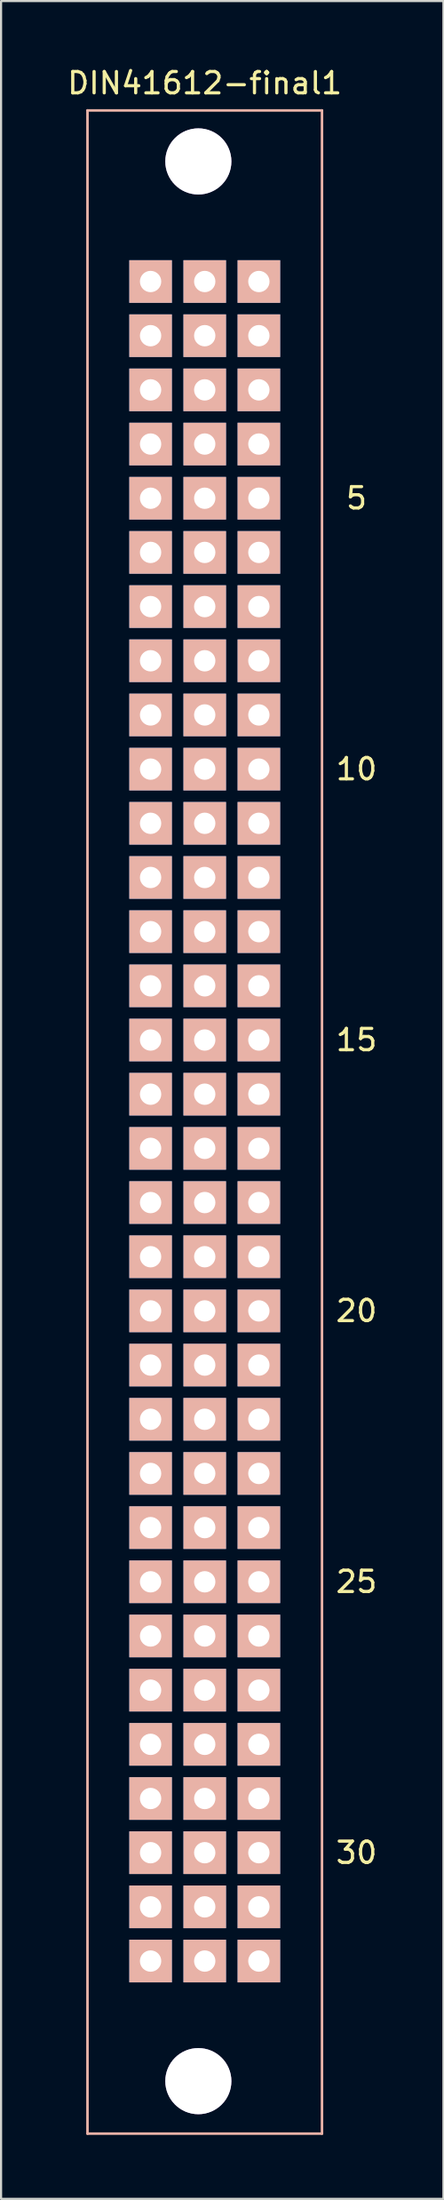
<source format=kicad_pcb>
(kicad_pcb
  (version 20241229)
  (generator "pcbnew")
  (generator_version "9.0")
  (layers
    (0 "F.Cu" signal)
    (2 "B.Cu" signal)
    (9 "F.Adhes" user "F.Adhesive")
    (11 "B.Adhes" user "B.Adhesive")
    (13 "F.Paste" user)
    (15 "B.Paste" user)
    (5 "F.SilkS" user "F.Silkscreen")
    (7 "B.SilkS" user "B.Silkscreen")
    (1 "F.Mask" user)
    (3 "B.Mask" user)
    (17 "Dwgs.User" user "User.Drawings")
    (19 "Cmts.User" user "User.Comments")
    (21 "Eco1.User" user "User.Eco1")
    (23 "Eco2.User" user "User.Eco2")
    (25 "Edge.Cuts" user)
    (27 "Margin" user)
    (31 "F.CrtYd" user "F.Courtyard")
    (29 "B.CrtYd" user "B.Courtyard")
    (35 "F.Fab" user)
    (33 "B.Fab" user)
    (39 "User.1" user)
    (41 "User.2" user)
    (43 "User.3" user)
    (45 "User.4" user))
  (footprint "DIN41612-final1"
    (layer "F.Cu")
    (at 6.554 43.168)
    (property "Reference" "DIN41612-final1" (at 0 -42.32 0) (layer "F.SilkS") (effects (font (size 1 1) (thickness 0.15))))
    (attr through_hole)
    (fp_line (start -5.5 -41.04) (end -5.5 53.81) (stroke (width 0.12) (type solid)) (layer "B.SilkS"))
    (fp_line (start 5.5 -41.04) (end -5.5 -41.04) (stroke (width 0.12) (type solid)) (layer "B.SilkS"))
    (fp_line (start 5.5 -41.04) (end 5.5 53.81) (stroke (width 0.12) (type solid)) (layer "B.SilkS"))
    (fp_line (start 5.5 53.81) (end -5.5 53.81) (stroke (width 0.12) (type solid)) (layer "B.SilkS"))
    (fp_text user "5" (at 7.12 -22.86 0) (layer "F.SilkS") (effects (font (size 1 1) (thickness 0.15))))
    (fp_text user "10" (at 7.12 -10.16 0) (layer "F.SilkS") (effects (font (size 1 1) (thickness 0.15))))
    (fp_text user "30" (at 7.12 40.64 0) (layer "F.SilkS") (effects (font (size 1 1) (thickness 0.15))))
    (fp_text user "15" (at 7.12 2.54 0) (layer "F.SilkS") (effects (font (size 1 1) (thickness 0.15))))
    (fp_text user "20" (at 7.12 15.24 0) (layer "F.SilkS") (effects (font (size 1 1) (thickness 0.15))))
    (fp_text user "25" (at 7.12 27.94 0) (layer "F.SilkS") (effects (font (size 1 1) (thickness 0.15))))
    (pad "1a" thru_hole circle (at -2.54 -33.02) (size 1.3 1.3) (drill 1) (layers "*.Cu" "*.Mask"))
    (pad "1a" smd rect (at -2.54 -33.02) (size 2 2) (layers "B.Cu" "B.SilkS"))
    (pad "1b" thru_hole circle (at 0 -33.02) (size 1.3 1.3) (drill 1) (layers "*.Cu" "*.Mask"))
    (pad "1b" smd rect (at 0 -33.02) (size 2 2) (layers "B.Cu" "B.SilkS"))
    (pad "1c" thru_hole circle (at 2.54 -33.02) (size 1.3 1.3) (drill 1) (layers "*.Cu" "*.Mask"))
    (pad "1c" smd rect (at 2.54 -33.02) (size 2 2) (layers "B.Cu" "B.SilkS"))
    (pad "2a" thru_hole circle (at -2.54 -30.48) (size 1.3 1.3) (drill 1) (layers "*.Cu" "*.Mask"))
    (pad "2a" smd rect (at -2.54 -30.48) (size 2 2) (layers "B.Cu" "B.SilkS"))
    (pad "2b" thru_hole circle (at 0 -30.48) (size 1.3 1.3) (drill 1) (layers "*.Cu" "*.Mask"))
    (pad "2b" smd rect (at 0 -30.48) (size 2 2) (layers "B.Cu" "B.SilkS"))
    (pad "2c" thru_hole circle (at 2.54 -30.48) (size 1.3 1.3) (drill 1) (layers "*.Cu" "*.Mask"))
    (pad "2c" smd rect (at 2.54 -30.48) (size 2 2) (layers "B.Cu" "B.SilkS"))
    (pad "3a" thru_hole circle (at -2.54 -27.94) (size 1.3 1.3) (drill 1) (layers "*.Cu" "*.Mask"))
    (pad "3a" smd rect (at -2.54 -27.94) (size 2 2) (layers "B.Cu" "B.SilkS"))
    (pad "3b" thru_hole circle (at 0 -27.94) (size 1.3 1.3) (drill 1) (layers "*.Cu" "*.Mask"))
    (pad "3b" smd rect (at 0 -27.94) (size 2 2) (layers "B.Cu" "B.SilkS"))
    (pad "3c" thru_hole circle (at 2.54 -27.94) (size 1.3 1.3) (drill 1) (layers "*.Cu" "*.Mask"))
    (pad "3c" smd rect (at 2.54 -27.94) (size 2 2) (layers "B.Cu" "B.SilkS"))
    (pad "4a" thru_hole circle (at -2.54 -25.4) (size 1.3 1.3) (drill 1) (layers "*.Cu" "*.Mask"))
    (pad "4a" smd rect (at -2.54 -25.4) (size 2 2) (layers "B.Cu" "B.SilkS"))
    (pad "4b" thru_hole circle (at 0 -25.4) (size 1.3 1.3) (drill 1) (layers "*.Cu" "*.Mask"))
    (pad "4b" smd rect (at 0 -25.4) (size 2 2) (layers "B.Cu" "B.SilkS"))
    (pad "4c" thru_hole circle (at 2.54 -25.4) (size 1.3 1.3) (drill 1) (layers "*.Cu" "*.Mask"))
    (pad "4c" smd rect (at 2.54 -25.4) (size 2 2) (layers "B.Cu" "B.SilkS"))
    (pad "5a" thru_hole circle (at -2.54 -22.86) (size 1.3 1.3) (drill 1) (layers "*.Cu" "*.Mask"))
    (pad "5a" smd rect (at -2.54 -22.86) (size 2 2) (layers "B.Cu" "B.SilkS"))
    (pad "5b" thru_hole circle (at 0 -22.86) (size 1.3 1.3) (drill 1) (layers "*.Cu" "*.Mask"))
    (pad "5b" smd rect (at 0 -22.86) (size 2 2) (layers "B.Cu" "B.SilkS"))
    (pad "5c" thru_hole circle (at 2.54 -22.86) (size 1.3 1.3) (drill 1) (layers "*.Cu" "*.Mask"))
    (pad "5c" smd rect (at 2.54 -22.86) (size 2 2) (layers "B.Cu" "B.SilkS"))
    (pad "6a" thru_hole circle (at -2.54 -20.32) (size 1.3 1.3) (drill 1) (layers "*.Cu" "*.Mask"))
    (pad "6a" smd rect (at -2.54 -20.32) (size 2 2) (layers "B.Cu" "B.SilkS"))
    (pad "6b" thru_hole circle (at 0 -20.32) (size 1.3 1.3) (drill 1) (layers "*.Cu" "*.Mask"))
    (pad "6b" smd rect (at 0 -20.32) (size 2 2) (layers "B.Cu" "B.SilkS"))
    (pad "6c" thru_hole circle (at 2.54 -20.32) (size 1.3 1.3) (drill 1) (layers "*.Cu" "*.Mask"))
    (pad "6c" smd rect (at 2.54 -20.32) (size 2 2) (layers "B.Cu" "B.SilkS"))
    (pad "7a" thru_hole circle (at -2.54 -17.78) (size 1.3 1.3) (drill 1) (layers "*.Cu" "*.Mask"))
    (pad "7a" smd rect (at -2.54 -17.78) (size 2 2) (layers "B.Cu" "B.SilkS"))
    (pad "7b" thru_hole circle (at 0 -17.78) (size 1.3 1.3) (drill 1) (layers "*.Cu" "*.Mask"))
    (pad "7b" smd rect (at 0 -17.78) (size 2 2) (layers "B.Cu" "B.SilkS"))
    (pad "7c" thru_hole circle (at 2.54 -17.78) (size 1.3 1.3) (drill 1) (layers "*.Cu" "*.Mask"))
    (pad "7c" smd rect (at 2.54 -17.78) (size 2 2) (layers "B.Cu" "B.SilkS"))
    (pad "8a" thru_hole circle (at -2.54 -15.24) (size 1.3 1.3) (drill 1) (layers "*.Cu" "*.Mask"))
    (pad "8a" smd rect (at -2.54 -15.24) (size 2 2) (layers "B.Cu" "B.SilkS"))
    (pad "8b" thru_hole circle (at 0 -15.24) (size 1.3 1.3) (drill 1) (layers "*.Cu" "*.Mask"))
    (pad "8b" smd rect (at 0 -15.24) (size 2 2) (layers "B.Cu" "B.SilkS"))
    (pad "8c" thru_hole circle (at 2.54 -15.24) (size 1.3 1.3) (drill 1) (layers "*.Cu" "*.Mask"))
    (pad "8c" smd rect (at 2.54 -15.24) (size 2 2) (layers "B.Cu" "B.SilkS"))
    (pad "9a" thru_hole circle (at -2.54 -12.7) (size 1.3 1.3) (drill 1) (layers "*.Cu" "*.Mask"))
    (pad "9a" smd rect (at -2.54 -12.7) (size 2 2) (layers "B.Cu" "B.SilkS"))
    (pad "9b" thru_hole circle (at 0 -12.7) (size 1.3 1.3) (drill 1) (layers "*.Cu" "*.Mask"))
    (pad "9b" smd rect (at 0 -12.7) (size 2 2) (layers "B.Cu" "B.SilkS"))
    (pad "9c" thru_hole circle (at 2.54 -12.7) (size 1.3 1.3) (drill 1) (layers "*.Cu" "*.Mask"))
    (pad "9c" smd rect (at 2.54 -12.7) (size 2 2) (layers "B.Cu" "B.SilkS"))
    (pad "10a" thru_hole circle (at -2.54 -10.16) (size 1.3 1.3) (drill 1) (layers "*.Cu" "*.Mask"))
    (pad "10a" smd rect (at -2.54 -10.16) (size 2 2) (layers "B.Cu" "B.SilkS"))
    (pad "10b" thru_hole circle (at 0 -10.16) (size 1.3 1.3) (drill 1) (layers "*.Cu" "*.Mask"))
    (pad "10b" smd rect (at 0 -10.16) (size 2 2) (layers "B.Cu" "B.SilkS"))
    (pad "10c" thru_hole circle (at 2.54 -10.16) (size 1.3 1.3) (drill 1) (layers "*.Cu" "*.Mask"))
    (pad "10c" smd rect (at 2.54 -10.16) (size 2 2) (layers "B.Cu" "B.SilkS"))
    (pad "11a" thru_hole circle (at -2.54 -7.62) (size 1.3 1.3) (drill 1) (layers "*.Cu" "*.Mask"))
    (pad "11a" smd rect (at -2.54 -7.62) (size 2 2) (layers "B.Cu" "B.SilkS"))
    (pad "11b" thru_hole circle (at 0 -7.62) (size 1.3 1.3) (drill 1) (layers "*.Cu" "*.Mask"))
    (pad "11b" smd rect (at 0 -7.62) (size 2 2) (layers "B.Cu" "B.SilkS"))
    (pad "11c" thru_hole circle (at 2.54 -7.62) (size 1.3 1.3) (drill 1) (layers "*.Cu" "*.Mask"))
    (pad "11c" smd rect (at 2.54 -7.62) (size 2 2) (layers "B.Cu" "B.SilkS"))
    (pad "12a" thru_hole circle (at -2.54 -5.08) (size 1.3 1.3) (drill 1) (layers "*.Cu" "*.Mask"))
    (pad "12a" smd rect (at -2.54 -5.08) (size 2 2) (layers "B.Cu" "B.SilkS"))
    (pad "12b" thru_hole circle (at 0 -5.08) (size 1.3 1.3) (drill 1) (layers "*.Cu" "*.Mask"))
    (pad "12b" smd rect (at 0 -5.08) (size 2 2) (layers "B.Cu" "B.SilkS"))
    (pad "12c" thru_hole circle (at 2.54 -5.08) (size 1.3 1.3) (drill 1) (layers "*.Cu" "*.Mask"))
    (pad "12c" smd rect (at 2.54 -5.08) (size 2 2) (layers "B.Cu" "B.SilkS"))
    (pad "13a" thru_hole circle (at -2.54 -2.54) (size 1.3 1.3) (drill 1) (layers "*.Cu" "*.Mask"))
    (pad "13a" smd rect (at -2.54 -2.54) (size 2 2) (layers "B.Cu" "B.SilkS"))
    (pad "13b" thru_hole circle (at 0 -2.54) (size 1.3 1.3) (drill 1) (layers "*.Cu" "*.Mask"))
    (pad "13b" smd rect (at 0 -2.54) (size 2 2) (layers "B.Cu" "B.SilkS"))
    (pad "13c" thru_hole circle (at 2.54 -2.54) (size 1.3 1.3) (drill 1) (layers "*.Cu" "*.Mask"))
    (pad "13c" smd rect (at 2.54 -2.54) (size 2 2) (layers "B.Cu" "B.SilkS"))
    (pad "14a" thru_hole circle (at -2.54 0) (size 1.3 1.3) (drill 1) (layers "*.Cu" "*.Mask"))
    (pad "14a" smd rect (at -2.54 0) (size 2 2) (layers "B.Cu" "B.SilkS"))
    (pad "14b" thru_hole circle (at 0 0) (size 1.3 1.3) (drill 1) (layers "*.Cu" "*.Mask"))
    (pad "14b" smd rect (at 0 0) (size 2 2) (layers "B.Cu" "B.SilkS"))
    (pad "14c" thru_hole circle (at 2.54 0) (size 1.3 1.3) (drill 1) (layers "*.Cu" "*.Mask"))
    (pad "14c" smd rect (at 2.54 0) (size 2 2) (layers "B.Cu" "B.SilkS"))
    (pad "15a" thru_hole circle (at -2.54 2.54) (size 1.3 1.3) (drill 1) (layers "*.Cu" "*.Mask"))
    (pad "15a" smd rect (at -2.54 2.54) (size 2 2) (layers "B.Cu" "B.SilkS"))
    (pad "15b" thru_hole circle (at 0 2.54) (size 1.3 1.3) (drill 1) (layers "*.Cu" "*.Mask"))
    (pad "15b" smd rect (at 0 2.54) (size 2 2) (layers "B.Cu" "B.SilkS"))
    (pad "15c" thru_hole circle (at 2.54 2.54) (size 1.3 1.3) (drill 1) (layers "*.Cu" "*.Mask"))
    (pad "15c" smd rect (at 2.54 2.54) (size 2 2) (layers "B.Cu" "B.SilkS"))
    (pad "16a" thru_hole circle (at -2.54 5.08) (size 1.3 1.3) (drill 1) (layers "*.Cu" "*.Mask"))
    (pad "16a" smd rect (at -2.54 5.08) (size 2 2) (layers "B.Cu" "B.SilkS"))
    (pad "16b" thru_hole circle (at 0 5.08) (size 1.3 1.3) (drill 1) (layers "*.Cu" "*.Mask"))
    (pad "16b" smd rect (at 0 5.08) (size 2 2) (layers "B.Cu" "B.SilkS"))
    (pad "16c" thru_hole circle (at 2.54 5.08) (size 1.3 1.3) (drill 1) (layers "*.Cu" "*.Mask"))
    (pad "16c" smd rect (at 2.54 5.08) (size 2 2) (layers "B.Cu" "B.SilkS"))
    (pad "17a" thru_hole circle (at -2.54 7.62) (size 1.3 1.3) (drill 1) (layers "*.Cu" "*.Mask"))
    (pad "17a" smd rect (at -2.54 7.62) (size 2 2) (layers "B.Cu" "B.SilkS"))
    (pad "17b" thru_hole circle (at 0 7.62) (size 1.3 1.3) (drill 1) (layers "*.Cu" "*.Mask"))
    (pad "17b" smd rect (at 0 7.62) (size 2 2) (layers "B.Cu" "B.SilkS"))
    (pad "17c" thru_hole circle (at 2.54 7.62) (size 1.3 1.3) (drill 1) (layers "*.Cu" "*.Mask"))
    (pad "17c" smd rect (at 2.54 7.62) (size 2 2) (layers "B.Cu" "B.SilkS"))
    (pad "18a" thru_hole circle (at -2.54 10.16) (size 1.3 1.3) (drill 1) (layers "*.Cu" "*.Mask"))
    (pad "18a" smd rect (at -2.54 10.16) (size 2 2) (layers "B.Cu" "B.SilkS"))
    (pad "18b" thru_hole circle (at 0 10.16) (size 1.3 1.3) (drill 1) (layers "*.Cu" "*.Mask"))
    (pad "18b" smd rect (at 0 10.16) (size 2 2) (layers "B.Cu" "B.SilkS"))
    (pad "18c" thru_hole circle (at 2.54 10.16) (size 1.3 1.3) (drill 1) (layers "*.Cu" "*.Mask"))
    (pad "18c" smd rect (at 2.54 10.16) (size 2 2) (layers "B.Cu" "B.SilkS"))
    (pad "19a" thru_hole circle (at -2.54 12.7) (size 1.3 1.3) (drill 1) (layers "*.Cu" "*.Mask"))
    (pad "19a" smd rect (at -2.54 12.7) (size 2 2) (layers "B.Cu" "B.SilkS"))
    (pad "19b" thru_hole circle (at 0 12.7) (size 1.3 1.3) (drill 1) (layers "*.Cu" "*.Mask"))
    (pad "19b" smd rect (at 0 12.7) (size 2 2) (layers "B.Cu" "B.SilkS"))
    (pad "19c" thru_hole circle (at 2.54 12.7) (size 1.3 1.3) (drill 1) (layers "*.Cu" "*.Mask"))
    (pad "19c" smd rect (at 2.54 12.7) (size 2 2) (layers "B.Cu" "B.SilkS"))
    (pad "20a" thru_hole circle (at -2.54 15.24) (size 1.3 1.3) (drill 1) (layers "*.Cu" "*.Mask"))
    (pad "20a" smd rect (at -2.54 15.24) (size 2 2) (layers "B.Cu" "B.SilkS"))
    (pad "20b" thru_hole circle (at 0 15.24) (size 1.3 1.3) (drill 1) (layers "*.Cu" "*.Mask"))
    (pad "20b" smd rect (at 0 15.24) (size 2 2) (layers "B.Cu" "B.SilkS"))
    (pad "20c" thru_hole circle (at 2.54 15.24) (size 1.3 1.3) (drill 1) (layers "*.Cu" "*.Mask"))
    (pad "20c" smd rect (at 2.54 15.24) (size 2 2) (layers "B.Cu" "B.SilkS"))
    (pad "21a" thru_hole circle (at -2.54 17.78) (size 1.3 1.3) (drill 1) (layers "*.Cu" "*.Mask"))
    (pad "21a" smd rect (at -2.54 17.78) (size 2 2) (layers "B.Cu" "B.SilkS"))
    (pad "21b" thru_hole circle (at 0 17.78) (size 1.3 1.3) (drill 1) (layers "*.Cu" "*.Mask"))
    (pad "21b" smd rect (at 0 17.78) (size 2 2) (layers "B.Cu" "B.SilkS"))
    (pad "21c" thru_hole circle (at 2.54 17.78) (size 1.3 1.3) (drill 1) (layers "*.Cu" "*.Mask"))
    (pad "21c" smd rect (at 2.54 17.78) (size 2 2) (layers "B.Cu" "B.SilkS"))
    (pad "22a" thru_hole circle (at -2.54 20.32) (size 1.3 1.3) (drill 1) (layers "*.Cu" "*.Mask"))
    (pad "22a" smd rect (at -2.54 20.32) (size 2 2) (layers "B.Cu" "B.SilkS"))
    (pad "22b" thru_hole circle (at 0 20.32) (size 1.3 1.3) (drill 1) (layers "*.Cu" "*.Mask"))
    (pad "22b" smd rect (at 0 20.32) (size 2 2) (layers "B.Cu" "B.SilkS"))
    (pad "22c" thru_hole circle (at 2.54 20.32) (size 1.3 1.3) (drill 1) (layers "*.Cu" "*.Mask"))
    (pad "22c" smd rect (at 2.54 20.32) (size 2 2) (layers "B.Cu" "B.SilkS"))
    (pad "23a" thru_hole circle (at -2.54 22.86) (size 1.3 1.3) (drill 1) (layers "*.Cu" "*.Mask"))
    (pad "23a" smd rect (at -2.54 22.86) (size 2 2) (layers "B.Cu" "B.SilkS"))
    (pad "23b" thru_hole circle (at 0 22.86) (size 1.3 1.3) (drill 1) (layers "*.Cu" "*.Mask"))
    (pad "23b" smd rect (at 0 22.86) (size 2 2) (layers "B.Cu" "B.SilkS"))
    (pad "23c" thru_hole circle (at 2.54 22.86) (size 1.3 1.3) (drill 1) (layers "*.Cu" "*.Mask"))
    (pad "23c" smd rect (at 2.54 22.86) (size 2 2) (layers "B.Cu" "B.SilkS"))
    (pad "24a" thru_hole circle (at -2.54 25.4) (size 1.3 1.3) (drill 1) (layers "*.Cu" "*.Mask"))
    (pad "24a" smd rect (at -2.54 25.4) (size 2 2) (layers "B.Cu" "B.SilkS"))
    (pad "24b" thru_hole circle (at 0 25.4) (size 1.3 1.3) (drill 1) (layers "*.Cu" "*.Mask"))
    (pad "24b" smd rect (at 0 25.4) (size 2 2) (layers "B.Cu" "B.SilkS"))
    (pad "24c" thru_hole circle (at 2.54 25.4) (size 1.3 1.3) (drill 1) (layers "*.Cu" "*.Mask"))
    (pad "24c" smd rect (at 2.54 25.4) (size 2 2) (layers "B.Cu" "B.SilkS"))
    (pad "25a" thru_hole circle (at -2.54 27.94) (size 1.3 1.3) (drill 1) (layers "*.Cu" "*.Mask"))
    (pad "25a" smd rect (at -2.54 27.94) (size 2 2) (layers "B.Cu" "B.SilkS"))
    (pad "25b" thru_hole circle (at 0 27.94) (size 1.3 1.3) (drill 1) (layers "*.Cu" "*.Mask"))
    (pad "25b" smd rect (at 0 27.94) (size 2 2) (layers "B.Cu" "B.SilkS"))
    (pad "25c" thru_hole circle (at 2.54 27.94) (size 1.3 1.3) (drill 1) (layers "*.Cu" "*.Mask"))
    (pad "25c" smd rect (at 2.54 27.94) (size 2 2) (layers "B.Cu" "B.SilkS"))
    (pad "26a" thru_hole circle (at -2.54 30.48) (size 1.3 1.3) (drill 1) (layers "*.Cu" "*.Mask"))
    (pad "26a" smd rect (at -2.54 30.48) (size 2 2) (layers "B.Cu" "B.SilkS"))
    (pad "26b" thru_hole circle (at 0 30.48) (size 1.3 1.3) (drill 1) (layers "*.Cu" "*.Mask"))
    (pad "26b" smd rect (at 0 30.48) (size 2 2) (layers "B.Cu" "B.SilkS"))
    (pad "26c" thru_hole circle (at 2.54 30.48) (size 1.3 1.3) (drill 1) (layers "*.Cu" "*.Mask"))
    (pad "26c" smd rect (at 2.54 30.48) (size 2 2) (layers "B.Cu" "B.SilkS"))
    (pad "27a" thru_hole circle (at -2.54 33.02) (size 1.3 1.3) (drill 1) (layers "*.Cu" "*.Mask"))
    (pad "27a" smd rect (at -2.54 33.02) (size 2 2) (layers "B.Cu" "B.SilkS"))
    (pad "27b" thru_hole circle (at 0 33.02) (size 1.3 1.3) (drill 1) (layers "*.Cu" "*.Mask"))
    (pad "27b" smd rect (at 0 33.02) (size 2 2) (layers "B.Cu" "B.SilkS"))
    (pad "27c" thru_hole circle (at 2.54 33.02) (size 1.3 1.3) (drill 1) (layers "*.Cu" "*.Mask"))
    (pad "27c" smd rect (at 2.54 33.02) (size 2 2) (layers "B.Cu" "B.SilkS"))
    (pad "28a" thru_hole circle (at -2.54 35.56) (size 1.3 1.3) (drill 1) (layers "*.Cu" "*.Mask"))
    (pad "28a" smd rect (at -2.54 35.56) (size 2 2) (layers "B.Cu" "B.SilkS"))
    (pad "28b" thru_hole circle (at 0 35.56) (size 1.3 1.3) (drill 1) (layers "*.Cu" "*.Mask"))
    (pad "28b" smd rect (at 0 35.56) (size 2 2) (layers "B.Cu" "B.SilkS"))
    (pad "28c" thru_hole circle (at 2.54 35.56) (size 1.3 1.3) (drill 1) (layers "*.Cu" "*.Mask"))
    (pad "28c" smd rect (at 2.54 35.56) (size 2 2) (layers "B.Cu" "B.SilkS"))
    (pad "29a" thru_hole circle (at -2.54 38.1) (size 1.3 1.3) (drill 1) (layers "*.Cu" "*.Mask"))
    (pad "29a" smd rect (at -2.54 38.1) (size 2 2) (layers "B.Cu" "B.SilkS"))
    (pad "29b" thru_hole circle (at 0 38.1) (size 1.3 1.3) (drill 1) (layers "*.Cu" "*.Mask"))
    (pad "29b" smd rect (at 0 38.1) (size 2 2) (layers "B.Cu" "B.SilkS"))
    (pad "29c" thru_hole circle (at 2.54 38.1) (size 1.3 1.3) (drill 1) (layers "*.Cu" "*.Mask"))
    (pad "29c" smd rect (at 2.54 38.1) (size 2 2) (layers "B.Cu" "B.SilkS"))
    (pad "30a" thru_hole circle (at -2.54 40.64) (size 1.3 1.3) (drill 1) (layers "*.Cu" "*.Mask"))
    (pad "30a" smd rect (at -2.54 40.64) (size 2 2) (layers "B.Cu" "B.SilkS"))
    (pad "30b" thru_hole circle (at 0 40.64) (size 1.3 1.3) (drill 1) (layers "*.Cu" "*.Mask"))
    (pad "30b" smd rect (at 0 40.64) (size 2 2) (layers "B.Cu" "B.SilkS"))
    (pad "30c" thru_hole circle (at 2.54 40.64) (size 1.3 1.3) (drill 1) (layers "*.Cu" "*.Mask"))
    (pad "30c" smd rect (at 2.54 40.64) (size 2 2) (layers "B.Cu" "B.SilkS"))
    (pad "31a" thru_hole circle (at -2.54 43.18) (size 1.3 1.3) (drill 1) (layers "*.Cu" "*.Mask"))
    (pad "31a" smd rect (at -2.54 43.18) (size 2 2) (layers "B.Cu" "B.SilkS"))
    (pad "31b" thru_hole circle (at 0 43.18) (size 1.3 1.3) (drill 1) (layers "*.Cu" "*.Mask"))
    (pad "31b" smd rect (at 0 43.18) (size 2 2) (layers "B.Cu" "B.SilkS"))
    (pad "31c" thru_hole circle (at 2.54 43.18) (size 1.3 1.3) (drill 1) (layers "*.Cu" "*.Mask"))
    (pad "31c" smd rect (at 2.54 43.18) (size 2 2) (layers "B.Cu" "B.SilkS"))
    (pad "32a" thru_hole circle (at -2.54 45.72) (size 1.3 1.3) (drill 1) (layers "*.Cu" "*.Mask"))
    (pad "32a" smd rect (at -2.54 45.72) (size 2 2) (layers "B.Cu" "B.SilkS"))
    (pad "32b" thru_hole circle (at 0 45.72) (size 1.3 1.3) (drill 1) (layers "*.Cu" "*.Mask"))
    (pad "32b" smd rect (at 0 45.72) (size 2 2) (layers "B.Cu" "B.SilkS"))
    (pad "32c" thru_hole circle (at 2.54 45.72) (size 1.3 1.3) (drill 1) (layers "*.Cu" "*.Mask"))
    (pad "32c" smd rect (at 2.54 45.72) (size 2 2) (layers "B.Cu" "B.SilkS"))
    (pad "A" thru_hole circle (at -0.3 -38.65) (size 3.1 3.1) (drill 3.1) (layers "*.Cu" "*.Mask"))
    (pad "B" thru_hole circle (at -0.3 51.35) (size 3.1 3.1) (drill 3.1) (layers "*.Cu" "*.Mask")))
  (gr_rect
    (start -3 -3)
    (end 17.751 100.038)
    (stroke (width 0.1) (type default))
    (fill no)
    (layer "Edge.Cuts")))
</source>
